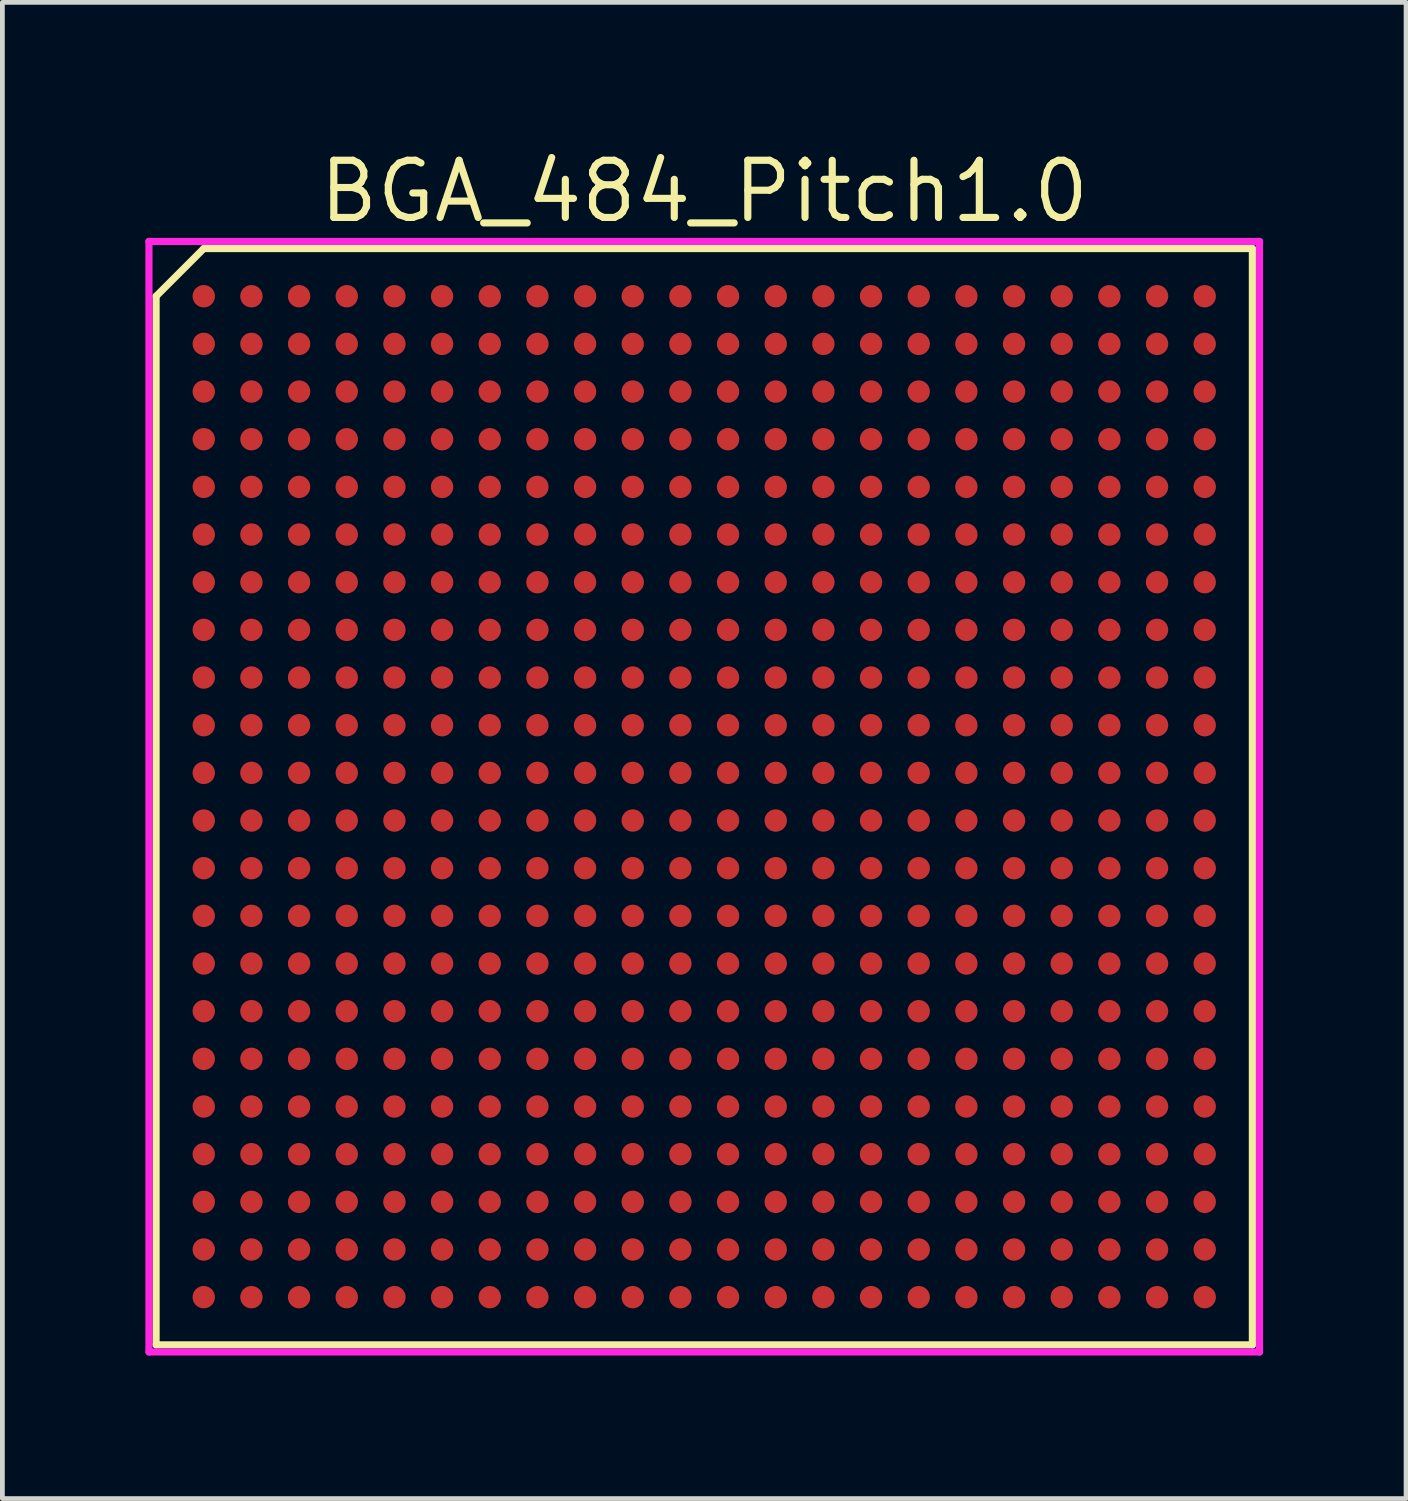
<source format=kicad_pcb>
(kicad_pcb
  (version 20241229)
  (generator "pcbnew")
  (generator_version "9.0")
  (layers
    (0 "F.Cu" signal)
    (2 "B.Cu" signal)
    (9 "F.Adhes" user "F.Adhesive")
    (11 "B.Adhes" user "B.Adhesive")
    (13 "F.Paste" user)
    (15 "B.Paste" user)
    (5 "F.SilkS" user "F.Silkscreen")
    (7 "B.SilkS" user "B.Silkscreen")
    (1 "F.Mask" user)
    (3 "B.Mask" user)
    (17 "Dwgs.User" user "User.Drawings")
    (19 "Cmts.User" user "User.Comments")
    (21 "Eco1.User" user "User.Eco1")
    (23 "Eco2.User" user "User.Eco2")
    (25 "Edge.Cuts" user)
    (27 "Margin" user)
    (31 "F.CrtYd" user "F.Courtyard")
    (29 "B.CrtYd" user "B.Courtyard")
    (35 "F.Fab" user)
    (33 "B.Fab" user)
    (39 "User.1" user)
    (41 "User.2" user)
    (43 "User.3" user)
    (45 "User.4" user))
  (footprint "BGA_484_Pitch1.0"
    (layer "F.Cu")
    (at 11.725 13.665)
    (property "Reference" "BGA_484_Pitch1.0" (at 0 -12.7 0) (layer "F.SilkS") (effects (font (size 1.2 1.2) (thickness 0.15))))
    (attr through_hole)
    (fp_line (start -11.5 -10.5) (end -11.5 11.5) (stroke (width 0.15) (type solid)) (layer "F.SilkS"))
    (fp_line (start -11.5 11.5) (end 11.5 11.5) (stroke (width 0.15) (type solid)) (layer "F.SilkS"))
    (fp_line (start -10.5 -11.5) (end -11.5 -10.5) (stroke (width 0.15) (type solid)) (layer "F.SilkS"))
    (fp_line (start 11.5 -11.5) (end -10.5 -11.5) (stroke (width 0.15) (type solid)) (layer "F.SilkS"))
    (fp_line (start 11.5 11.5) (end 11.5 -11.5) (stroke (width 0.15) (type solid)) (layer "F.SilkS"))
    (fp_line (start -11.65 -11.65) (end 11.65 -11.65) (stroke (width 0.15) (type solid)) (layer "F.CrtYd"))
    (fp_line (start -11.65 11.65) (end -11.65 -11.65) (stroke (width 0.15) (type solid)) (layer "F.CrtYd"))
    (fp_line (start 11.65 -11.65) (end 11.65 11.65) (stroke (width 0.15) (type solid)) (layer "F.CrtYd"))
    (fp_line (start 11.65 11.65) (end -11.65 11.65) (stroke (width 0.15) (type solid)) (layer "F.CrtYd"))
    (pad "A1" smd circle (at -10.5 -10.5) (size 0.47 0.47) (layers "F.Cu" "F.Mask" "F.Paste"))
    (pad "A2" smd circle (at -9.5 -10.5) (size 0.47 0.47) (layers "F.Cu" "F.Mask" "F.Paste"))
    (pad "A3" smd circle (at -8.5 -10.5) (size 0.47 0.47) (layers "F.Cu" "F.Mask" "F.Paste"))
    (pad "A4" smd circle (at -7.5 -10.5) (size 0.47 0.47) (layers "F.Cu" "F.Mask" "F.Paste"))
    (pad "A5" smd circle (at -6.5 -10.5) (size 0.47 0.47) (layers "F.Cu" "F.Mask" "F.Paste"))
    (pad "A6" smd circle (at -5.5 -10.5) (size 0.47 0.47) (layers "F.Cu" "F.Mask" "F.Paste"))
    (pad "A7" smd circle (at -4.5 -10.5) (size 0.47 0.47) (layers "F.Cu" "F.Mask" "F.Paste"))
    (pad "A8" smd circle (at -3.5 -10.5) (size 0.47 0.47) (layers "F.Cu" "F.Mask" "F.Paste"))
    (pad "A9" smd circle (at -2.5 -10.5) (size 0.47 0.47) (layers "F.Cu" "F.Mask" "F.Paste"))
    (pad "A10" smd circle (at -1.5 -10.5) (size 0.47 0.47) (layers "F.Cu" "F.Mask" "F.Paste"))
    (pad "A11" smd circle (at -0.5 -10.5) (size 0.47 0.47) (layers "F.Cu" "F.Mask" "F.Paste"))
    (pad "A12" smd circle (at 0.5 -10.5) (size 0.47 0.47) (layers "F.Cu" "F.Mask" "F.Paste"))
    (pad "A13" smd circle (at 1.5 -10.5) (size 0.47 0.47) (layers "F.Cu" "F.Mask" "F.Paste"))
    (pad "A14" smd circle (at 2.5 -10.5) (size 0.47 0.47) (layers "F.Cu" "F.Mask" "F.Paste"))
    (pad "A15" smd circle (at 3.5 -10.5) (size 0.47 0.47) (layers "F.Cu" "F.Mask" "F.Paste"))
    (pad "A16" smd circle (at 4.5 -10.5) (size 0.47 0.47) (layers "F.Cu" "F.Mask" "F.Paste"))
    (pad "A17" smd circle (at 5.5 -10.5) (size 0.47 0.47) (layers "F.Cu" "F.Mask" "F.Paste"))
    (pad "A18" smd circle (at 6.5 -10.5) (size 0.47 0.47) (layers "F.Cu" "F.Mask" "F.Paste"))
    (pad "A19" smd circle (at 7.5 -10.5) (size 0.47 0.47) (layers "F.Cu" "F.Mask" "F.Paste"))
    (pad "A20" smd circle (at 8.5 -10.5) (size 0.47 0.47) (layers "F.Cu" "F.Mask" "F.Paste"))
    (pad "A21" smd circle (at 9.5 -10.5) (size 0.47 0.47) (layers "F.Cu" "F.Mask" "F.Paste"))
    (pad "A22" smd circle (at 10.5 -10.5) (size 0.47 0.47) (layers "F.Cu" "F.Mask" "F.Paste"))
    (pad "AA1" smd circle (at -10.5 9.5) (size 0.47 0.47) (layers "F.Cu" "F.Mask" "F.Paste"))
    (pad "AA2" smd circle (at -9.5 9.5) (size 0.47 0.47) (layers "F.Cu" "F.Mask" "F.Paste"))
    (pad "AA3" smd circle (at -8.5 9.5) (size 0.47 0.47) (layers "F.Cu" "F.Mask" "F.Paste"))
    (pad "AA4" smd circle (at -7.5 9.5) (size 0.47 0.47) (layers "F.Cu" "F.Mask" "F.Paste"))
    (pad "AA5" smd circle (at -6.5 9.5) (size 0.47 0.47) (layers "F.Cu" "F.Mask" "F.Paste"))
    (pad "AA6" smd circle (at -5.5 9.5) (size 0.47 0.47) (layers "F.Cu" "F.Mask" "F.Paste"))
    (pad "AA7" smd circle (at -4.5 9.5) (size 0.47 0.47) (layers "F.Cu" "F.Mask" "F.Paste"))
    (pad "AA8" smd circle (at -3.5 9.5) (size 0.47 0.47) (layers "F.Cu" "F.Mask" "F.Paste"))
    (pad "AA9" smd circle (at -2.5 9.5) (size 0.47 0.47) (layers "F.Cu" "F.Mask" "F.Paste"))
    (pad "AA10" smd circle (at -1.5 9.5) (size 0.47 0.47) (layers "F.Cu" "F.Mask" "F.Paste"))
    (pad "AA11" smd circle (at -0.5 9.5) (size 0.47 0.47) (layers "F.Cu" "F.Mask" "F.Paste"))
    (pad "AA12" smd circle (at 0.5 9.5) (size 0.47 0.47) (layers "F.Cu" "F.Mask" "F.Paste"))
    (pad "AA13" smd circle (at 1.5 9.5) (size 0.47 0.47) (layers "F.Cu" "F.Mask" "F.Paste"))
    (pad "AA14" smd circle (at 2.5 9.5) (size 0.47 0.47) (layers "F.Cu" "F.Mask" "F.Paste"))
    (pad "AA15" smd circle (at 3.5 9.5) (size 0.47 0.47) (layers "F.Cu" "F.Mask" "F.Paste"))
    (pad "AA16" smd circle (at 4.5 9.5) (size 0.47 0.47) (layers "F.Cu" "F.Mask" "F.Paste"))
    (pad "AA17" smd circle (at 5.5 9.5) (size 0.47 0.47) (layers "F.Cu" "F.Mask" "F.Paste"))
    (pad "AA18" smd circle (at 6.5 9.5) (size 0.47 0.47) (layers "F.Cu" "F.Mask" "F.Paste"))
    (pad "AA19" smd circle (at 7.5 9.5) (size 0.47 0.47) (layers "F.Cu" "F.Mask" "F.Paste"))
    (pad "AA20" smd circle (at 8.5 9.5) (size 0.47 0.47) (layers "F.Cu" "F.Mask" "F.Paste"))
    (pad "AA21" smd circle (at 9.5 9.5) (size 0.47 0.47) (layers "F.Cu" "F.Mask" "F.Paste"))
    (pad "AA22" smd circle (at 10.5 9.5) (size 0.47 0.47) (layers "F.Cu" "F.Mask" "F.Paste"))
    (pad "AB1" smd circle (at -10.5 10.5) (size 0.47 0.47) (layers "F.Cu" "F.Mask" "F.Paste"))
    (pad "AB2" smd circle (at -9.5 10.5) (size 0.47 0.47) (layers "F.Cu" "F.Mask" "F.Paste"))
    (pad "AB3" smd circle (at -8.5 10.5) (size 0.47 0.47) (layers "F.Cu" "F.Mask" "F.Paste"))
    (pad "AB4" smd circle (at -7.5 10.5) (size 0.47 0.47) (layers "F.Cu" "F.Mask" "F.Paste"))
    (pad "AB5" smd circle (at -6.5 10.5) (size 0.47 0.47) (layers "F.Cu" "F.Mask" "F.Paste"))
    (pad "AB6" smd circle (at -5.5 10.5) (size 0.47 0.47) (layers "F.Cu" "F.Mask" "F.Paste"))
    (pad "AB7" smd circle (at -4.5 10.5) (size 0.47 0.47) (layers "F.Cu" "F.Mask" "F.Paste"))
    (pad "AB8" smd circle (at -3.5 10.5) (size 0.47 0.47) (layers "F.Cu" "F.Mask" "F.Paste"))
    (pad "AB9" smd circle (at -2.5 10.5) (size 0.47 0.47) (layers "F.Cu" "F.Mask" "F.Paste"))
    (pad "AB10" smd circle (at -1.5 10.5) (size 0.47 0.47) (layers "F.Cu" "F.Mask" "F.Paste"))
    (pad "AB11" smd circle (at -0.5 10.5) (size 0.47 0.47) (layers "F.Cu" "F.Mask" "F.Paste"))
    (pad "AB12" smd circle (at 0.5 10.5) (size 0.47 0.47) (layers "F.Cu" "F.Mask" "F.Paste"))
    (pad "AB13" smd circle (at 1.5 10.5) (size 0.47 0.47) (layers "F.Cu" "F.Mask" "F.Paste"))
    (pad "AB14" smd circle (at 2.5 10.5) (size 0.47 0.47) (layers "F.Cu" "F.Mask" "F.Paste"))
    (pad "AB15" smd circle (at 3.5 10.5) (size 0.47 0.47) (layers "F.Cu" "F.Mask" "F.Paste"))
    (pad "AB16" smd circle (at 4.5 10.5) (size 0.47 0.47) (layers "F.Cu" "F.Mask" "F.Paste"))
    (pad "AB17" smd circle (at 5.5 10.5) (size 0.47 0.47) (layers "F.Cu" "F.Mask" "F.Paste"))
    (pad "AB18" smd circle (at 6.5 10.5) (size 0.47 0.47) (layers "F.Cu" "F.Mask" "F.Paste"))
    (pad "AB19" smd circle (at 7.5 10.5) (size 0.47 0.47) (layers "F.Cu" "F.Mask" "F.Paste"))
    (pad "AB20" smd circle (at 8.5 10.5) (size 0.47 0.47) (layers "F.Cu" "F.Mask" "F.Paste"))
    (pad "AB21" smd circle (at 9.5 10.5) (size 0.47 0.47) (layers "F.Cu" "F.Mask" "F.Paste"))
    (pad "AB22" smd circle (at 10.5 10.5) (size 0.47 0.47) (layers "F.Cu" "F.Mask" "F.Paste"))
    (pad "B1" smd circle (at -10.5 -9.5) (size 0.47 0.47) (layers "F.Cu" "F.Mask" "F.Paste"))
    (pad "B2" smd circle (at -9.5 -9.5) (size 0.47 0.47) (layers "F.Cu" "F.Mask" "F.Paste"))
    (pad "B3" smd circle (at -8.5 -9.5) (size 0.47 0.47) (layers "F.Cu" "F.Mask" "F.Paste"))
    (pad "B4" smd circle (at -7.5 -9.5) (size 0.47 0.47) (layers "F.Cu" "F.Mask" "F.Paste"))
    (pad "B5" smd circle (at -6.5 -9.5) (size 0.47 0.47) (layers "F.Cu" "F.Mask" "F.Paste"))
    (pad "B6" smd circle (at -5.5 -9.5) (size 0.47 0.47) (layers "F.Cu" "F.Mask" "F.Paste"))
    (pad "B7" smd circle (at -4.5 -9.5) (size 0.47 0.47) (layers "F.Cu" "F.Mask" "F.Paste"))
    (pad "B8" smd circle (at -3.5 -9.5) (size 0.47 0.47) (layers "F.Cu" "F.Mask" "F.Paste"))
    (pad "B9" smd circle (at -2.5 -9.5) (size 0.47 0.47) (layers "F.Cu" "F.Mask" "F.Paste"))
    (pad "B10" smd circle (at -1.5 -9.5) (size 0.47 0.47) (layers "F.Cu" "F.Mask" "F.Paste"))
    (pad "B11" smd circle (at -0.5 -9.5) (size 0.47 0.47) (layers "F.Cu" "F.Mask" "F.Paste"))
    (pad "B12" smd circle (at 0.5 -9.5) (size 0.47 0.47) (layers "F.Cu" "F.Mask" "F.Paste"))
    (pad "B13" smd circle (at 1.5 -9.5) (size 0.47 0.47) (layers "F.Cu" "F.Mask" "F.Paste"))
    (pad "B14" smd circle (at 2.5 -9.5) (size 0.47 0.47) (layers "F.Cu" "F.Mask" "F.Paste"))
    (pad "B15" smd circle (at 3.5 -9.5) (size 0.47 0.47) (layers "F.Cu" "F.Mask" "F.Paste"))
    (pad "B16" smd circle (at 4.5 -9.5) (size 0.47 0.47) (layers "F.Cu" "F.Mask" "F.Paste"))
    (pad "B17" smd circle (at 5.5 -9.5) (size 0.47 0.47) (layers "F.Cu" "F.Mask" "F.Paste"))
    (pad "B18" smd circle (at 6.5 -9.5) (size 0.47 0.47) (layers "F.Cu" "F.Mask" "F.Paste"))
    (pad "B19" smd circle (at 7.5 -9.5) (size 0.47 0.47) (layers "F.Cu" "F.Mask" "F.Paste"))
    (pad "B20" smd circle (at 8.5 -9.5) (size 0.47 0.47) (layers "F.Cu" "F.Mask" "F.Paste"))
    (pad "B21" smd circle (at 9.5 -9.5) (size 0.47 0.47) (layers "F.Cu" "F.Mask" "F.Paste"))
    (pad "B22" smd circle (at 10.5 -9.5) (size 0.47 0.47) (layers "F.Cu" "F.Mask" "F.Paste"))
    (pad "C1" smd circle (at -10.5 -8.5) (size 0.47 0.47) (layers "F.Cu" "F.Mask" "F.Paste"))
    (pad "C2" smd circle (at -9.5 -8.5) (size 0.47 0.47) (layers "F.Cu" "F.Mask" "F.Paste"))
    (pad "C3" smd circle (at -8.5 -8.5) (size 0.47 0.47) (layers "F.Cu" "F.Mask" "F.Paste"))
    (pad "C4" smd circle (at -7.5 -8.5) (size 0.47 0.47) (layers "F.Cu" "F.Mask" "F.Paste"))
    (pad "C5" smd circle (at -6.5 -8.5) (size 0.47 0.47) (layers "F.Cu" "F.Mask" "F.Paste"))
    (pad "C6" smd circle (at -5.5 -8.5) (size 0.47 0.47) (layers "F.Cu" "F.Mask" "F.Paste"))
    (pad "C7" smd circle (at -4.5 -8.5) (size 0.47 0.47) (layers "F.Cu" "F.Mask" "F.Paste"))
    (pad "C8" smd circle (at -3.5 -8.5) (size 0.47 0.47) (layers "F.Cu" "F.Mask" "F.Paste"))
    (pad "C9" smd circle (at -2.5 -8.5) (size 0.47 0.47) (layers "F.Cu" "F.Mask" "F.Paste"))
    (pad "C10" smd circle (at -1.5 -8.5) (size 0.47 0.47) (layers "F.Cu" "F.Mask" "F.Paste"))
    (pad "C11" smd circle (at -0.5 -8.5) (size 0.47 0.47) (layers "F.Cu" "F.Mask" "F.Paste"))
    (pad "C12" smd circle (at 0.5 -8.5) (size 0.47 0.47) (layers "F.Cu" "F.Mask" "F.Paste"))
    (pad "C13" smd circle (at 1.5 -8.5) (size 0.47 0.47) (layers "F.Cu" "F.Mask" "F.Paste"))
    (pad "C14" smd circle (at 2.5 -8.5) (size 0.47 0.47) (layers "F.Cu" "F.Mask" "F.Paste"))
    (pad "C15" smd circle (at 3.5 -8.5) (size 0.47 0.47) (layers "F.Cu" "F.Mask" "F.Paste"))
    (pad "C16" smd circle (at 4.5 -8.5) (size 0.47 0.47) (layers "F.Cu" "F.Mask" "F.Paste"))
    (pad "C17" smd circle (at 5.5 -8.5) (size 0.47 0.47) (layers "F.Cu" "F.Mask" "F.Paste"))
    (pad "C18" smd circle (at 6.5 -8.5) (size 0.47 0.47) (layers "F.Cu" "F.Mask" "F.Paste"))
    (pad "C19" smd circle (at 7.5 -8.5) (size 0.47 0.47) (layers "F.Cu" "F.Mask" "F.Paste"))
    (pad "C20" smd circle (at 8.5 -8.5) (size 0.47 0.47) (layers "F.Cu" "F.Mask" "F.Paste"))
    (pad "C21" smd circle (at 9.5 -8.5) (size 0.47 0.47) (layers "F.Cu" "F.Mask" "F.Paste"))
    (pad "C22" smd circle (at 10.5 -8.5) (size 0.47 0.47) (layers "F.Cu" "F.Mask" "F.Paste"))
    (pad "D1" smd circle (at -10.5 -7.5) (size 0.47 0.47) (layers "F.Cu" "F.Mask" "F.Paste"))
    (pad "D2" smd circle (at -9.5 -7.5) (size 0.47 0.47) (layers "F.Cu" "F.Mask" "F.Paste"))
    (pad "D3" smd circle (at -8.5 -7.5) (size 0.47 0.47) (layers "F.Cu" "F.Mask" "F.Paste"))
    (pad "D4" smd circle (at -7.5 -7.5) (size 0.47 0.47) (layers "F.Cu" "F.Mask" "F.Paste"))
    (pad "D5" smd circle (at -6.5 -7.5) (size 0.47 0.47) (layers "F.Cu" "F.Mask" "F.Paste"))
    (pad "D6" smd circle (at -5.5 -7.5) (size 0.47 0.47) (layers "F.Cu" "F.Mask" "F.Paste"))
    (pad "D7" smd circle (at -4.5 -7.5) (size 0.47 0.47) (layers "F.Cu" "F.Mask" "F.Paste"))
    (pad "D8" smd circle (at -3.5 -7.5) (size 0.47 0.47) (layers "F.Cu" "F.Mask" "F.Paste"))
    (pad "D9" smd circle (at -2.5 -7.5) (size 0.47 0.47) (layers "F.Cu" "F.Mask" "F.Paste"))
    (pad "D10" smd circle (at -1.5 -7.5) (size 0.47 0.47) (layers "F.Cu" "F.Mask" "F.Paste"))
    (pad "D11" smd circle (at -0.5 -7.5) (size 0.47 0.47) (layers "F.Cu" "F.Mask" "F.Paste"))
    (pad "D12" smd circle (at 0.5 -7.5) (size 0.47 0.47) (layers "F.Cu" "F.Mask" "F.Paste"))
    (pad "D13" smd circle (at 1.5 -7.5) (size 0.47 0.47) (layers "F.Cu" "F.Mask" "F.Paste"))
    (pad "D14" smd circle (at 2.5 -7.5) (size 0.47 0.47) (layers "F.Cu" "F.Mask" "F.Paste"))
    (pad "D15" smd circle (at 3.5 -7.5) (size 0.47 0.47) (layers "F.Cu" "F.Mask" "F.Paste"))
    (pad "D16" smd circle (at 4.5 -7.5) (size 0.47 0.47) (layers "F.Cu" "F.Mask" "F.Paste"))
    (pad "D17" smd circle (at 5.5 -7.5) (size 0.47 0.47) (layers "F.Cu" "F.Mask" "F.Paste"))
    (pad "D18" smd circle (at 6.5 -7.5) (size 0.47 0.47) (layers "F.Cu" "F.Mask" "F.Paste"))
    (pad "D19" smd circle (at 7.5 -7.5) (size 0.47 0.47) (layers "F.Cu" "F.Mask" "F.Paste"))
    (pad "D20" smd circle (at 8.5 -7.5) (size 0.47 0.47) (layers "F.Cu" "F.Mask" "F.Paste"))
    (pad "D21" smd circle (at 9.5 -7.5) (size 0.47 0.47) (layers "F.Cu" "F.Mask" "F.Paste"))
    (pad "D22" smd circle (at 10.5 -7.5) (size 0.47 0.47) (layers "F.Cu" "F.Mask" "F.Paste"))
    (pad "E1" smd circle (at -10.5 -6.5) (size 0.47 0.47) (layers "F.Cu" "F.Mask" "F.Paste"))
    (pad "E2" smd circle (at -9.5 -6.5) (size 0.47 0.47) (layers "F.Cu" "F.Mask" "F.Paste"))
    (pad "E3" smd circle (at -8.5 -6.5) (size 0.47 0.47) (layers "F.Cu" "F.Mask" "F.Paste"))
    (pad "E4" smd circle (at -7.5 -6.5) (size 0.47 0.47) (layers "F.Cu" "F.Mask" "F.Paste"))
    (pad "E5" smd circle (at -6.5 -6.5) (size 0.47 0.47) (layers "F.Cu" "F.Mask" "F.Paste"))
    (pad "E6" smd circle (at -5.5 -6.5) (size 0.47 0.47) (layers "F.Cu" "F.Mask" "F.Paste"))
    (pad "E7" smd circle (at -4.5 -6.5) (size 0.47 0.47) (layers "F.Cu" "F.Mask" "F.Paste"))
    (pad "E8" smd circle (at -3.5 -6.5) (size 0.47 0.47) (layers "F.Cu" "F.Mask" "F.Paste"))
    (pad "E9" smd circle (at -2.5 -6.5) (size 0.47 0.47) (layers "F.Cu" "F.Mask" "F.Paste"))
    (pad "E10" smd circle (at -1.5 -6.5) (size 0.47 0.47) (layers "F.Cu" "F.Mask" "F.Paste"))
    (pad "E11" smd circle (at -0.5 -6.5) (size 0.47 0.47) (layers "F.Cu" "F.Mask" "F.Paste"))
    (pad "E12" smd circle (at 0.5 -6.5) (size 0.47 0.47) (layers "F.Cu" "F.Mask" "F.Paste"))
    (pad "E13" smd circle (at 1.5 -6.5) (size 0.47 0.47) (layers "F.Cu" "F.Mask" "F.Paste"))
    (pad "E14" smd circle (at 2.5 -6.5) (size 0.47 0.47) (layers "F.Cu" "F.Mask" "F.Paste"))
    (pad "E15" smd circle (at 3.5 -6.5) (size 0.47 0.47) (layers "F.Cu" "F.Mask" "F.Paste"))
    (pad "E16" smd circle (at 4.5 -6.5) (size 0.47 0.47) (layers "F.Cu" "F.Mask" "F.Paste"))
    (pad "E17" smd circle (at 5.5 -6.5) (size 0.47 0.47) (layers "F.Cu" "F.Mask" "F.Paste"))
    (pad "E18" smd circle (at 6.5 -6.5) (size 0.47 0.47) (layers "F.Cu" "F.Mask" "F.Paste"))
    (pad "E19" smd circle (at 7.5 -6.5) (size 0.47 0.47) (layers "F.Cu" "F.Mask" "F.Paste"))
    (pad "E20" smd circle (at 8.5 -6.5) (size 0.47 0.47) (layers "F.Cu" "F.Mask" "F.Paste"))
    (pad "E21" smd circle (at 9.5 -6.5) (size 0.47 0.47) (layers "F.Cu" "F.Mask" "F.Paste"))
    (pad "E22" smd circle (at 10.5 -6.5) (size 0.47 0.47) (layers "F.Cu" "F.Mask" "F.Paste"))
    (pad "F1" smd circle (at -10.5 -5.5) (size 0.47 0.47) (layers "F.Cu" "F.Mask" "F.Paste"))
    (pad "F2" smd circle (at -9.5 -5.5) (size 0.47 0.47) (layers "F.Cu" "F.Mask" "F.Paste"))
    (pad "F3" smd circle (at -8.5 -5.5) (size 0.47 0.47) (layers "F.Cu" "F.Mask" "F.Paste"))
    (pad "F4" smd circle (at -7.5 -5.5) (size 0.47 0.47) (layers "F.Cu" "F.Mask" "F.Paste"))
    (pad "F5" smd circle (at -6.5 -5.5) (size 0.47 0.47) (layers "F.Cu" "F.Mask" "F.Paste"))
    (pad "F6" smd circle (at -5.5 -5.5) (size 0.47 0.47) (layers "F.Cu" "F.Mask" "F.Paste"))
    (pad "F7" smd circle (at -4.5 -5.5) (size 0.47 0.47) (layers "F.Cu" "F.Mask" "F.Paste"))
    (pad "F8" smd circle (at -3.5 -5.5) (size 0.47 0.47) (layers "F.Cu" "F.Mask" "F.Paste"))
    (pad "F9" smd circle (at -2.5 -5.5) (size 0.47 0.47) (layers "F.Cu" "F.Mask" "F.Paste"))
    (pad "F10" smd circle (at -1.5 -5.5) (size 0.47 0.47) (layers "F.Cu" "F.Mask" "F.Paste"))
    (pad "F11" smd circle (at -0.5 -5.5) (size 0.47 0.47) (layers "F.Cu" "F.Mask" "F.Paste"))
    (pad "F12" smd circle (at 0.5 -5.5) (size 0.47 0.47) (layers "F.Cu" "F.Mask" "F.Paste"))
    (pad "F13" smd circle (at 1.5 -5.5) (size 0.47 0.47) (layers "F.Cu" "F.Mask" "F.Paste"))
    (pad "F14" smd circle (at 2.5 -5.5) (size 0.47 0.47) (layers "F.Cu" "F.Mask" "F.Paste"))
    (pad "F15" smd circle (at 3.5 -5.5) (size 0.47 0.47) (layers "F.Cu" "F.Mask" "F.Paste"))
    (pad "F16" smd circle (at 4.5 -5.5) (size 0.47 0.47) (layers "F.Cu" "F.Mask" "F.Paste"))
    (pad "F17" smd circle (at 5.5 -5.5) (size 0.47 0.47) (layers "F.Cu" "F.Mask" "F.Paste"))
    (pad "F18" smd circle (at 6.5 -5.5) (size 0.47 0.47) (layers "F.Cu" "F.Mask" "F.Paste"))
    (pad "F19" smd circle (at 7.5 -5.5) (size 0.47 0.47) (layers "F.Cu" "F.Mask" "F.Paste"))
    (pad "F20" smd circle (at 8.5 -5.5) (size 0.47 0.47) (layers "F.Cu" "F.Mask" "F.Paste"))
    (pad "F21" smd circle (at 9.5 -5.5) (size 0.47 0.47) (layers "F.Cu" "F.Mask" "F.Paste"))
    (pad "F22" smd circle (at 10.5 -5.5) (size 0.47 0.47) (layers "F.Cu" "F.Mask" "F.Paste"))
    (pad "G1" smd circle (at -10.5 -4.5) (size 0.47 0.47) (layers "F.Cu" "F.Mask" "F.Paste"))
    (pad "G2" smd circle (at -9.5 -4.5) (size 0.47 0.47) (layers "F.Cu" "F.Mask" "F.Paste"))
    (pad "G3" smd circle (at -8.5 -4.5) (size 0.47 0.47) (layers "F.Cu" "F.Mask" "F.Paste"))
    (pad "G4" smd circle (at -7.5 -4.5) (size 0.47 0.47) (layers "F.Cu" "F.Mask" "F.Paste"))
    (pad "G5" smd circle (at -6.5 -4.5) (size 0.47 0.47) (layers "F.Cu" "F.Mask" "F.Paste"))
    (pad "G6" smd circle (at -5.5 -4.5) (size 0.47 0.47) (layers "F.Cu" "F.Mask" "F.Paste"))
    (pad "G7" smd circle (at -4.5 -4.5) (size 0.47 0.47) (layers "F.Cu" "F.Mask" "F.Paste"))
    (pad "G8" smd circle (at -3.5 -4.5) (size 0.47 0.47) (layers "F.Cu" "F.Mask" "F.Paste"))
    (pad "G9" smd circle (at -2.5 -4.5) (size 0.47 0.47) (layers "F.Cu" "F.Mask" "F.Paste"))
    (pad "G10" smd circle (at -1.5 -4.5) (size 0.47 0.47) (layers "F.Cu" "F.Mask" "F.Paste"))
    (pad "G11" smd circle (at -0.5 -4.5) (size 0.47 0.47) (layers "F.Cu" "F.Mask" "F.Paste"))
    (pad "G12" smd circle (at 0.5 -4.5) (size 0.47 0.47) (layers "F.Cu" "F.Mask" "F.Paste"))
    (pad "G13" smd circle (at 1.5 -4.5) (size 0.47 0.47) (layers "F.Cu" "F.Mask" "F.Paste"))
    (pad "G14" smd circle (at 2.5 -4.5) (size 0.47 0.47) (layers "F.Cu" "F.Mask" "F.Paste"))
    (pad "G15" smd circle (at 3.5 -4.5) (size 0.47 0.47) (layers "F.Cu" "F.Mask" "F.Paste"))
    (pad "G16" smd circle (at 4.5 -4.5) (size 0.47 0.47) (layers "F.Cu" "F.Mask" "F.Paste"))
    (pad "G17" smd circle (at 5.5 -4.5) (size 0.47 0.47) (layers "F.Cu" "F.Mask" "F.Paste"))
    (pad "G18" smd circle (at 6.5 -4.5) (size 0.47 0.47) (layers "F.Cu" "F.Mask" "F.Paste"))
    (pad "G19" smd circle (at 7.5 -4.5) (size 0.47 0.47) (layers "F.Cu" "F.Mask" "F.Paste"))
    (pad "G20" smd circle (at 8.5 -4.5) (size 0.47 0.47) (layers "F.Cu" "F.Mask" "F.Paste"))
    (pad "G21" smd circle (at 9.5 -4.5) (size 0.47 0.47) (layers "F.Cu" "F.Mask" "F.Paste"))
    (pad "G22" smd circle (at 10.5 -4.5) (size 0.47 0.47) (layers "F.Cu" "F.Mask" "F.Paste"))
    (pad "H1" smd circle (at -10.5 -3.5) (size 0.47 0.47) (layers "F.Cu" "F.Mask" "F.Paste"))
    (pad "H2" smd circle (at -9.5 -3.5) (size 0.47 0.47) (layers "F.Cu" "F.Mask" "F.Paste"))
    (pad "H3" smd circle (at -8.5 -3.5) (size 0.47 0.47) (layers "F.Cu" "F.Mask" "F.Paste"))
    (pad "H4" smd circle (at -7.5 -3.5) (size 0.47 0.47) (layers "F.Cu" "F.Mask" "F.Paste"))
    (pad "H5" smd circle (at -6.5 -3.5) (size 0.47 0.47) (layers "F.Cu" "F.Mask" "F.Paste"))
    (pad "H6" smd circle (at -5.5 -3.5) (size 0.47 0.47) (layers "F.Cu" "F.Mask" "F.Paste"))
    (pad "H7" smd circle (at -4.5 -3.5) (size 0.47 0.47) (layers "F.Cu" "F.Mask" "F.Paste"))
    (pad "H8" smd circle (at -3.5 -3.5) (size 0.47 0.47) (layers "F.Cu" "F.Mask" "F.Paste"))
    (pad "H9" smd circle (at -2.5 -3.5) (size 0.47 0.47) (layers "F.Cu" "F.Mask" "F.Paste"))
    (pad "H10" smd circle (at -1.5 -3.5) (size 0.47 0.47) (layers "F.Cu" "F.Mask" "F.Paste"))
    (pad "H11" smd circle (at -0.5 -3.5) (size 0.47 0.47) (layers "F.Cu" "F.Mask" "F.Paste"))
    (pad "H12" smd circle (at 0.5 -3.5) (size 0.47 0.47) (layers "F.Cu" "F.Mask" "F.Paste"))
    (pad "H13" smd circle (at 1.5 -3.5) (size 0.47 0.47) (layers "F.Cu" "F.Mask" "F.Paste"))
    (pad "H14" smd circle (at 2.5 -3.5) (size 0.47 0.47) (layers "F.Cu" "F.Mask" "F.Paste"))
    (pad "H15" smd circle (at 3.5 -3.5) (size 0.47 0.47) (layers "F.Cu" "F.Mask" "F.Paste"))
    (pad "H16" smd circle (at 4.5 -3.5) (size 0.47 0.47) (layers "F.Cu" "F.Mask" "F.Paste"))
    (pad "H17" smd circle (at 5.5 -3.5) (size 0.47 0.47) (layers "F.Cu" "F.Mask" "F.Paste"))
    (pad "H18" smd circle (at 6.5 -3.5) (size 0.47 0.47) (layers "F.Cu" "F.Mask" "F.Paste"))
    (pad "H19" smd circle (at 7.5 -3.5) (size 0.47 0.47) (layers "F.Cu" "F.Mask" "F.Paste"))
    (pad "H20" smd circle (at 8.5 -3.5) (size 0.47 0.47) (layers "F.Cu" "F.Mask" "F.Paste"))
    (pad "H21" smd circle (at 9.5 -3.5) (size 0.47 0.47) (layers "F.Cu" "F.Mask" "F.Paste"))
    (pad "H22" smd circle (at 10.5 -3.5) (size 0.47 0.47) (layers "F.Cu" "F.Mask" "F.Paste"))
    (pad "J1" smd circle (at -10.5 -2.5) (size 0.47 0.47) (layers "F.Cu" "F.Mask" "F.Paste"))
    (pad "J2" smd circle (at -9.5 -2.5) (size 0.47 0.47) (layers "F.Cu" "F.Mask" "F.Paste"))
    (pad "J3" smd circle (at -8.5 -2.5) (size 0.47 0.47) (layers "F.Cu" "F.Mask" "F.Paste"))
    (pad "J4" smd circle (at -7.5 -2.5) (size 0.47 0.47) (layers "F.Cu" "F.Mask" "F.Paste"))
    (pad "J5" smd circle (at -6.5 -2.5) (size 0.47 0.47) (layers "F.Cu" "F.Mask" "F.Paste"))
    (pad "J6" smd circle (at -5.5 -2.5) (size 0.47 0.47) (layers "F.Cu" "F.Mask" "F.Paste"))
    (pad "J7" smd circle (at -4.5 -2.5) (size 0.47 0.47) (layers "F.Cu" "F.Mask" "F.Paste"))
    (pad "J8" smd circle (at -3.5 -2.5) (size 0.47 0.47) (layers "F.Cu" "F.Mask" "F.Paste"))
    (pad "J9" smd circle (at -2.5 -2.5) (size 0.47 0.47) (layers "F.Cu" "F.Mask" "F.Paste"))
    (pad "J10" smd circle (at -1.5 -2.5) (size 0.47 0.47) (layers "F.Cu" "F.Mask" "F.Paste"))
    (pad "J11" smd circle (at -0.5 -2.5) (size 0.47 0.47) (layers "F.Cu" "F.Mask" "F.Paste"))
    (pad "J12" smd circle (at 0.5 -2.5) (size 0.47 0.47) (layers "F.Cu" "F.Mask" "F.Paste"))
    (pad "J13" smd circle (at 1.5 -2.5) (size 0.47 0.47) (layers "F.Cu" "F.Mask" "F.Paste"))
    (pad "J14" smd circle (at 2.5 -2.5) (size 0.47 0.47) (layers "F.Cu" "F.Mask" "F.Paste"))
    (pad "J15" smd circle (at 3.5 -2.5) (size 0.47 0.47) (layers "F.Cu" "F.Mask" "F.Paste"))
    (pad "J16" smd circle (at 4.5 -2.5) (size 0.47 0.47) (layers "F.Cu" "F.Mask" "F.Paste"))
    (pad "J17" smd circle (at 5.5 -2.5) (size 0.47 0.47) (layers "F.Cu" "F.Mask" "F.Paste"))
    (pad "J18" smd circle (at 6.5 -2.5) (size 0.47 0.47) (layers "F.Cu" "F.Mask" "F.Paste"))
    (pad "J19" smd circle (at 7.5 -2.5) (size 0.47 0.47) (layers "F.Cu" "F.Mask" "F.Paste"))
    (pad "J20" smd circle (at 8.5 -2.5) (size 0.47 0.47) (layers "F.Cu" "F.Mask" "F.Paste"))
    (pad "J21" smd circle (at 9.5 -2.5) (size 0.47 0.47) (layers "F.Cu" "F.Mask" "F.Paste"))
    (pad "J22" smd circle (at 10.5 -2.5) (size 0.47 0.47) (layers "F.Cu" "F.Mask" "F.Paste"))
    (pad "K1" smd circle (at -10.5 -1.5) (size 0.47 0.47) (layers "F.Cu" "F.Mask" "F.Paste"))
    (pad "K2" smd circle (at -9.5 -1.5) (size 0.47 0.47) (layers "F.Cu" "F.Mask" "F.Paste"))
    (pad "K3" smd circle (at -8.5 -1.5) (size 0.47 0.47) (layers "F.Cu" "F.Mask" "F.Paste"))
    (pad "K4" smd circle (at -7.5 -1.5) (size 0.47 0.47) (layers "F.Cu" "F.Mask" "F.Paste"))
    (pad "K5" smd circle (at -6.5 -1.5) (size 0.47 0.47) (layers "F.Cu" "F.Mask" "F.Paste"))
    (pad "K6" smd circle (at -5.5 -1.5) (size 0.47 0.47) (layers "F.Cu" "F.Mask" "F.Paste"))
    (pad "K7" smd circle (at -4.5 -1.5) (size 0.47 0.47) (layers "F.Cu" "F.Mask" "F.Paste"))
    (pad "K8" smd circle (at -3.5 -1.5) (size 0.47 0.47) (layers "F.Cu" "F.Mask" "F.Paste"))
    (pad "K9" smd circle (at -2.5 -1.5) (size 0.47 0.47) (layers "F.Cu" "F.Mask" "F.Paste"))
    (pad "K10" smd circle (at -1.5 -1.5) (size 0.47 0.47) (layers "F.Cu" "F.Mask" "F.Paste"))
    (pad "K11" smd circle (at -0.5 -1.5) (size 0.47 0.47) (layers "F.Cu" "F.Mask" "F.Paste"))
    (pad "K12" smd circle (at 0.5 -1.5) (size 0.47 0.47) (layers "F.Cu" "F.Mask" "F.Paste"))
    (pad "K13" smd circle (at 1.5 -1.5) (size 0.47 0.47) (layers "F.Cu" "F.Mask" "F.Paste"))
    (pad "K14" smd circle (at 2.5 -1.5) (size 0.47 0.47) (layers "F.Cu" "F.Mask" "F.Paste"))
    (pad "K15" smd circle (at 3.5 -1.5) (size 0.47 0.47) (layers "F.Cu" "F.Mask" "F.Paste"))
    (pad "K16" smd circle (at 4.5 -1.5) (size 0.47 0.47) (layers "F.Cu" "F.Mask" "F.Paste"))
    (pad "K17" smd circle (at 5.5 -1.5) (size 0.47 0.47) (layers "F.Cu" "F.Mask" "F.Paste"))
    (pad "K18" smd circle (at 6.5 -1.5) (size 0.47 0.47) (layers "F.Cu" "F.Mask" "F.Paste"))
    (pad "K19" smd circle (at 7.5 -1.5) (size 0.47 0.47) (layers "F.Cu" "F.Mask" "F.Paste"))
    (pad "K20" smd circle (at 8.5 -1.5) (size 0.47 0.47) (layers "F.Cu" "F.Mask" "F.Paste"))
    (pad "K21" smd circle (at 9.5 -1.5) (size 0.47 0.47) (layers "F.Cu" "F.Mask" "F.Paste"))
    (pad "K22" smd circle (at 10.5 -1.5) (size 0.47 0.47) (layers "F.Cu" "F.Mask" "F.Paste"))
    (pad "L1" smd circle (at -10.5 -0.5) (size 0.47 0.47) (layers "F.Cu" "F.Mask" "F.Paste"))
    (pad "L2" smd circle (at -9.5 -0.5) (size 0.47 0.47) (layers "F.Cu" "F.Mask" "F.Paste"))
    (pad "L3" smd circle (at -8.5 -0.5) (size 0.47 0.47) (layers "F.Cu" "F.Mask" "F.Paste"))
    (pad "L4" smd circle (at -7.5 -0.5) (size 0.47 0.47) (layers "F.Cu" "F.Mask" "F.Paste"))
    (pad "L5" smd circle (at -6.5 -0.5) (size 0.47 0.47) (layers "F.Cu" "F.Mask" "F.Paste"))
    (pad "L6" smd circle (at -5.5 -0.5) (size 0.47 0.47) (layers "F.Cu" "F.Mask" "F.Paste"))
    (pad "L7" smd circle (at -4.5 -0.5) (size 0.47 0.47) (layers "F.Cu" "F.Mask" "F.Paste"))
    (pad "L8" smd circle (at -3.5 -0.5) (size 0.47 0.47) (layers "F.Cu" "F.Mask" "F.Paste"))
    (pad "L9" smd circle (at -2.5 -0.5) (size 0.47 0.47) (layers "F.Cu" "F.Mask" "F.Paste"))
    (pad "L10" smd circle (at -1.5 -0.5) (size 0.47 0.47) (layers "F.Cu" "F.Mask" "F.Paste"))
    (pad "L11" smd circle (at -0.5 -0.5) (size 0.47 0.47) (layers "F.Cu" "F.Mask" "F.Paste"))
    (pad "L12" smd circle (at 0.5 -0.5) (size 0.47 0.47) (layers "F.Cu" "F.Mask" "F.Paste"))
    (pad "L13" smd circle (at 1.5 -0.5) (size 0.47 0.47) (layers "F.Cu" "F.Mask" "F.Paste"))
    (pad "L14" smd circle (at 2.5 -0.5) (size 0.47 0.47) (layers "F.Cu" "F.Mask" "F.Paste"))
    (pad "L15" smd circle (at 3.5 -0.5) (size 0.47 0.47) (layers "F.Cu" "F.Mask" "F.Paste"))
    (pad "L16" smd circle (at 4.5 -0.5) (size 0.47 0.47) (layers "F.Cu" "F.Mask" "F.Paste"))
    (pad "L17" smd circle (at 5.5 -0.5) (size 0.47 0.47) (layers "F.Cu" "F.Mask" "F.Paste"))
    (pad "L18" smd circle (at 6.5 -0.5) (size 0.47 0.47) (layers "F.Cu" "F.Mask" "F.Paste"))
    (pad "L19" smd circle (at 7.5 -0.5) (size 0.47 0.47) (layers "F.Cu" "F.Mask" "F.Paste"))
    (pad "L20" smd circle (at 8.5 -0.5) (size 0.47 0.47) (layers "F.Cu" "F.Mask" "F.Paste"))
    (pad "L21" smd circle (at 9.5 -0.5) (size 0.47 0.47) (layers "F.Cu" "F.Mask" "F.Paste"))
    (pad "L22" smd circle (at 10.5 -0.5) (size 0.47 0.47) (layers "F.Cu" "F.Mask" "F.Paste"))
    (pad "M1" smd circle (at -10.5 0.5) (size 0.47 0.47) (layers "F.Cu" "F.Mask" "F.Paste"))
    (pad "M2" smd circle (at -9.5 0.5) (size 0.47 0.47) (layers "F.Cu" "F.Mask" "F.Paste"))
    (pad "M3" smd circle (at -8.5 0.5) (size 0.47 0.47) (layers "F.Cu" "F.Mask" "F.Paste"))
    (pad "M4" smd circle (at -7.5 0.5) (size 0.47 0.47) (layers "F.Cu" "F.Mask" "F.Paste"))
    (pad "M5" smd circle (at -6.5 0.5) (size 0.47 0.47) (layers "F.Cu" "F.Mask" "F.Paste"))
    (pad "M6" smd circle (at -5.5 0.5) (size 0.47 0.47) (layers "F.Cu" "F.Mask" "F.Paste"))
    (pad "M7" smd circle (at -4.5 0.5) (size 0.47 0.47) (layers "F.Cu" "F.Mask" "F.Paste"))
    (pad "M8" smd circle (at -3.5 0.5) (size 0.47 0.47) (layers "F.Cu" "F.Mask" "F.Paste"))
    (pad "M9" smd circle (at -2.5 0.5) (size 0.47 0.47) (layers "F.Cu" "F.Mask" "F.Paste"))
    (pad "M10" smd circle (at -1.5 0.5) (size 0.47 0.47) (layers "F.Cu" "F.Mask" "F.Paste"))
    (pad "M11" smd circle (at -0.5 0.5) (size 0.47 0.47) (layers "F.Cu" "F.Mask" "F.Paste"))
    (pad "M12" smd circle (at 0.5 0.5) (size 0.47 0.47) (layers "F.Cu" "F.Mask" "F.Paste"))
    (pad "M13" smd circle (at 1.5 0.5) (size 0.47 0.47) (layers "F.Cu" "F.Mask" "F.Paste"))
    (pad "M14" smd circle (at 2.5 0.5) (size 0.47 0.47) (layers "F.Cu" "F.Mask" "F.Paste"))
    (pad "M15" smd circle (at 3.5 0.5) (size 0.47 0.47) (layers "F.Cu" "F.Mask" "F.Paste"))
    (pad "M16" smd circle (at 4.5 0.5) (size 0.47 0.47) (layers "F.Cu" "F.Mask" "F.Paste"))
    (pad "M17" smd circle (at 5.5 0.5) (size 0.47 0.47) (layers "F.Cu" "F.Mask" "F.Paste"))
    (pad "M18" smd circle (at 6.5 0.5) (size 0.47 0.47) (layers "F.Cu" "F.Mask" "F.Paste"))
    (pad "M19" smd circle (at 7.5 0.5) (size 0.47 0.47) (layers "F.Cu" "F.Mask" "F.Paste"))
    (pad "M20" smd circle (at 8.5 0.5) (size 0.47 0.47) (layers "F.Cu" "F.Mask" "F.Paste"))
    (pad "M21" smd circle (at 9.5 0.5) (size 0.47 0.47) (layers "F.Cu" "F.Mask" "F.Paste"))
    (pad "M22" smd circle (at 10.5 0.5) (size 0.47 0.47) (layers "F.Cu" "F.Mask" "F.Paste"))
    (pad "N1" smd circle (at -10.5 1.5) (size 0.47 0.47) (layers "F.Cu" "F.Mask" "F.Paste"))
    (pad "N2" smd circle (at -9.5 1.5) (size 0.47 0.47) (layers "F.Cu" "F.Mask" "F.Paste"))
    (pad "N3" smd circle (at -8.5 1.5) (size 0.47 0.47) (layers "F.Cu" "F.Mask" "F.Paste"))
    (pad "N4" smd circle (at -7.5 1.5) (size 0.47 0.47) (layers "F.Cu" "F.Mask" "F.Paste"))
    (pad "N5" smd circle (at -6.5 1.5) (size 0.47 0.47) (layers "F.Cu" "F.Mask" "F.Paste"))
    (pad "N6" smd circle (at -5.5 1.5) (size 0.47 0.47) (layers "F.Cu" "F.Mask" "F.Paste"))
    (pad "N7" smd circle (at -4.5 1.5) (size 0.47 0.47) (layers "F.Cu" "F.Mask" "F.Paste"))
    (pad "N8" smd circle (at -3.5 1.5) (size 0.47 0.47) (layers "F.Cu" "F.Mask" "F.Paste"))
    (pad "N9" smd circle (at -2.5 1.5) (size 0.47 0.47) (layers "F.Cu" "F.Mask" "F.Paste"))
    (pad "N10" smd circle (at -1.5 1.5) (size 0.47 0.47) (layers "F.Cu" "F.Mask" "F.Paste"))
    (pad "N11" smd circle (at -0.5 1.5) (size 0.47 0.47) (layers "F.Cu" "F.Mask" "F.Paste"))
    (pad "N12" smd circle (at 0.5 1.5) (size 0.47 0.47) (layers "F.Cu" "F.Mask" "F.Paste"))
    (pad "N13" smd circle (at 1.5 1.5) (size 0.47 0.47) (layers "F.Cu" "F.Mask" "F.Paste"))
    (pad "N14" smd circle (at 2.5 1.5) (size 0.47 0.47) (layers "F.Cu" "F.Mask" "F.Paste"))
    (pad "N15" smd circle (at 3.5 1.5) (size 0.47 0.47) (layers "F.Cu" "F.Mask" "F.Paste"))
    (pad "N16" smd circle (at 4.5 1.5) (size 0.47 0.47) (layers "F.Cu" "F.Mask" "F.Paste"))
    (pad "N17" smd circle (at 5.5 1.5) (size 0.47 0.47) (layers "F.Cu" "F.Mask" "F.Paste"))
    (pad "N18" smd circle (at 6.5 1.5) (size 0.47 0.47) (layers "F.Cu" "F.Mask" "F.Paste"))
    (pad "N19" smd circle (at 7.5 1.5) (size 0.47 0.47) (layers "F.Cu" "F.Mask" "F.Paste"))
    (pad "N20" smd circle (at 8.5 1.5) (size 0.47 0.47) (layers "F.Cu" "F.Mask" "F.Paste"))
    (pad "N21" smd circle (at 9.5 1.5) (size 0.47 0.47) (layers "F.Cu" "F.Mask" "F.Paste"))
    (pad "N22" smd circle (at 10.5 1.5) (size 0.47 0.47) (layers "F.Cu" "F.Mask" "F.Paste"))
    (pad "P1" smd circle (at -10.5 2.5) (size 0.47 0.47) (layers "F.Cu" "F.Mask" "F.Paste"))
    (pad "P2" smd circle (at -9.5 2.5) (size 0.47 0.47) (layers "F.Cu" "F.Mask" "F.Paste"))
    (pad "P3" smd circle (at -8.5 2.5) (size 0.47 0.47) (layers "F.Cu" "F.Mask" "F.Paste"))
    (pad "P4" smd circle (at -7.5 2.5) (size 0.47 0.47) (layers "F.Cu" "F.Mask" "F.Paste"))
    (pad "P5" smd circle (at -6.5 2.5) (size 0.47 0.47) (layers "F.Cu" "F.Mask" "F.Paste"))
    (pad "P6" smd circle (at -5.5 2.5) (size 0.47 0.47) (layers "F.Cu" "F.Mask" "F.Paste"))
    (pad "P7" smd circle (at -4.5 2.5) (size 0.47 0.47) (layers "F.Cu" "F.Mask" "F.Paste"))
    (pad "P8" smd circle (at -3.5 2.5) (size 0.47 0.47) (layers "F.Cu" "F.Mask" "F.Paste"))
    (pad "P9" smd circle (at -2.5 2.5) (size 0.47 0.47) (layers "F.Cu" "F.Mask" "F.Paste"))
    (pad "P10" smd circle (at -1.5 2.5) (size 0.47 0.47) (layers "F.Cu" "F.Mask" "F.Paste"))
    (pad "P11" smd circle (at -0.5 2.5) (size 0.47 0.47) (layers "F.Cu" "F.Mask" "F.Paste"))
    (pad "P12" smd circle (at 0.5 2.5) (size 0.47 0.47) (layers "F.Cu" "F.Mask" "F.Paste"))
    (pad "P13" smd circle (at 1.5 2.5) (size 0.47 0.47) (layers "F.Cu" "F.Mask" "F.Paste"))
    (pad "P14" smd circle (at 2.5 2.5) (size 0.47 0.47) (layers "F.Cu" "F.Mask" "F.Paste"))
    (pad "P15" smd circle (at 3.5 2.5) (size 0.47 0.47) (layers "F.Cu" "F.Mask" "F.Paste"))
    (pad "P16" smd circle (at 4.5 2.5) (size 0.47 0.47) (layers "F.Cu" "F.Mask" "F.Paste"))
    (pad "P17" smd circle (at 5.5 2.5) (size 0.47 0.47) (layers "F.Cu" "F.Mask" "F.Paste"))
    (pad "P18" smd circle (at 6.5 2.5) (size 0.47 0.47) (layers "F.Cu" "F.Mask" "F.Paste"))
    (pad "P19" smd circle (at 7.5 2.5) (size 0.47 0.47) (layers "F.Cu" "F.Mask" "F.Paste"))
    (pad "P20" smd circle (at 8.5 2.5) (size 0.47 0.47) (layers "F.Cu" "F.Mask" "F.Paste"))
    (pad "P21" smd circle (at 9.5 2.5) (size 0.47 0.47) (layers "F.Cu" "F.Mask" "F.Paste"))
    (pad "P22" smd circle (at 10.5 2.5) (size 0.47 0.47) (layers "F.Cu" "F.Mask" "F.Paste"))
    (pad "R1" smd circle (at -10.5 3.5) (size 0.47 0.47) (layers "F.Cu" "F.Mask" "F.Paste"))
    (pad "R2" smd circle (at -9.5 3.5) (size 0.47 0.47) (layers "F.Cu" "F.Mask" "F.Paste"))
    (pad "R3" smd circle (at -8.5 3.5) (size 0.47 0.47) (layers "F.Cu" "F.Mask" "F.Paste"))
    (pad "R4" smd circle (at -7.5 3.5) (size 0.47 0.47) (layers "F.Cu" "F.Mask" "F.Paste"))
    (pad "R5" smd circle (at -6.5 3.5) (size 0.47 0.47) (layers "F.Cu" "F.Mask" "F.Paste"))
    (pad "R6" smd circle (at -5.5 3.5) (size 0.47 0.47) (layers "F.Cu" "F.Mask" "F.Paste"))
    (pad "R7" smd circle (at -4.5 3.5) (size 0.47 0.47) (layers "F.Cu" "F.Mask" "F.Paste"))
    (pad "R8" smd circle (at -3.5 3.5) (size 0.47 0.47) (layers "F.Cu" "F.Mask" "F.Paste"))
    (pad "R9" smd circle (at -2.5 3.5) (size 0.47 0.47) (layers "F.Cu" "F.Mask" "F.Paste"))
    (pad "R10" smd circle (at -1.5 3.5) (size 0.47 0.47) (layers "F.Cu" "F.Mask" "F.Paste"))
    (pad "R11" smd circle (at -0.5 3.5) (size 0.47 0.47) (layers "F.Cu" "F.Mask" "F.Paste"))
    (pad "R12" smd circle (at 0.5 3.5) (size 0.47 0.47) (layers "F.Cu" "F.Mask" "F.Paste"))
    (pad "R13" smd circle (at 1.5 3.5) (size 0.47 0.47) (layers "F.Cu" "F.Mask" "F.Paste"))
    (pad "R14" smd circle (at 2.5 3.5) (size 0.47 0.47) (layers "F.Cu" "F.Mask" "F.Paste"))
    (pad "R15" smd circle (at 3.5 3.5) (size 0.47 0.47) (layers "F.Cu" "F.Mask" "F.Paste"))
    (pad "R16" smd circle (at 4.5 3.5) (size 0.47 0.47) (layers "F.Cu" "F.Mask" "F.Paste"))
    (pad "R17" smd circle (at 5.5 3.5) (size 0.47 0.47) (layers "F.Cu" "F.Mask" "F.Paste"))
    (pad "R18" smd circle (at 6.5 3.5) (size 0.47 0.47) (layers "F.Cu" "F.Mask" "F.Paste"))
    (pad "R19" smd circle (at 7.5 3.5) (size 0.47 0.47) (layers "F.Cu" "F.Mask" "F.Paste"))
    (pad "R20" smd circle (at 8.5 3.5) (size 0.47 0.47) (layers "F.Cu" "F.Mask" "F.Paste"))
    (pad "R21" smd circle (at 9.5 3.5) (size 0.47 0.47) (layers "F.Cu" "F.Mask" "F.Paste"))
    (pad "R22" smd circle (at 10.5 3.5) (size 0.47 0.47) (layers "F.Cu" "F.Mask" "F.Paste"))
    (pad "T1" smd circle (at -10.5 4.5) (size 0.47 0.47) (layers "F.Cu" "F.Mask" "F.Paste"))
    (pad "T2" smd circle (at -9.5 4.5) (size 0.47 0.47) (layers "F.Cu" "F.Mask" "F.Paste"))
    (pad "T3" smd circle (at -8.5 4.5) (size 0.47 0.47) (layers "F.Cu" "F.Mask" "F.Paste"))
    (pad "T4" smd circle (at -7.5 4.5) (size 0.47 0.47) (layers "F.Cu" "F.Mask" "F.Paste"))
    (pad "T5" smd circle (at -6.5 4.5) (size 0.47 0.47) (layers "F.Cu" "F.Mask" "F.Paste"))
    (pad "T6" smd circle (at -5.5 4.5) (size 0.47 0.47) (layers "F.Cu" "F.Mask" "F.Paste"))
    (pad "T7" smd circle (at -4.5 4.5) (size 0.47 0.47) (layers "F.Cu" "F.Mask" "F.Paste"))
    (pad "T8" smd circle (at -3.5 4.5) (size 0.47 0.47) (layers "F.Cu" "F.Mask" "F.Paste"))
    (pad "T9" smd circle (at -2.5 4.5) (size 0.47 0.47) (layers "F.Cu" "F.Mask" "F.Paste"))
    (pad "T10" smd circle (at -1.5 4.5) (size 0.47 0.47) (layers "F.Cu" "F.Mask" "F.Paste"))
    (pad "T11" smd circle (at -0.5 4.5) (size 0.47 0.47) (layers "F.Cu" "F.Mask" "F.Paste"))
    (pad "T12" smd circle (at 0.5 4.5) (size 0.47 0.47) (layers "F.Cu" "F.Mask" "F.Paste"))
    (pad "T13" smd circle (at 1.5 4.5) (size 0.47 0.47) (layers "F.Cu" "F.Mask" "F.Paste"))
    (pad "T14" smd circle (at 2.5 4.5) (size 0.47 0.47) (layers "F.Cu" "F.Mask" "F.Paste"))
    (pad "T15" smd circle (at 3.5 4.5) (size 0.47 0.47) (layers "F.Cu" "F.Mask" "F.Paste"))
    (pad "T16" smd circle (at 4.5 4.5) (size 0.47 0.47) (layers "F.Cu" "F.Mask" "F.Paste"))
    (pad "T17" smd circle (at 5.5 4.5) (size 0.47 0.47) (layers "F.Cu" "F.Mask" "F.Paste"))
    (pad "T18" smd circle (at 6.5 4.5) (size 0.47 0.47) (layers "F.Cu" "F.Mask" "F.Paste"))
    (pad "T19" smd circle (at 7.5 4.5) (size 0.47 0.47) (layers "F.Cu" "F.Mask" "F.Paste"))
    (pad "T20" smd circle (at 8.5 4.5) (size 0.47 0.47) (layers "F.Cu" "F.Mask" "F.Paste"))
    (pad "T21" smd circle (at 9.5 4.5) (size 0.47 0.47) (layers "F.Cu" "F.Mask" "F.Paste"))
    (pad "T22" smd circle (at 10.5 4.5) (size 0.47 0.47) (layers "F.Cu" "F.Mask" "F.Paste"))
    (pad "U1" smd circle (at -10.5 5.5) (size 0.47 0.47) (layers "F.Cu" "F.Mask" "F.Paste"))
    (pad "U2" smd circle (at -9.5 5.5) (size 0.47 0.47) (layers "F.Cu" "F.Mask" "F.Paste"))
    (pad "U3" smd circle (at -8.5 5.5) (size 0.47 0.47) (layers "F.Cu" "F.Mask" "F.Paste"))
    (pad "U4" smd circle (at -7.5 5.5) (size 0.47 0.47) (layers "F.Cu" "F.Mask" "F.Paste"))
    (pad "U5" smd circle (at -6.5 5.5) (size 0.47 0.47) (layers "F.Cu" "F.Mask" "F.Paste"))
    (pad "U6" smd circle (at -5.5 5.5) (size 0.47 0.47) (layers "F.Cu" "F.Mask" "F.Paste"))
    (pad "U7" smd circle (at -4.5 5.5) (size 0.47 0.47) (layers "F.Cu" "F.Mask" "F.Paste"))
    (pad "U8" smd circle (at -3.5 5.5) (size 0.47 0.47) (layers "F.Cu" "F.Mask" "F.Paste"))
    (pad "U9" smd circle (at -2.5 5.5) (size 0.47 0.47) (layers "F.Cu" "F.Mask" "F.Paste"))
    (pad "U10" smd circle (at -1.5 5.5) (size 0.47 0.47) (layers "F.Cu" "F.Mask" "F.Paste"))
    (pad "U11" smd circle (at -0.5 5.5) (size 0.47 0.47) (layers "F.Cu" "F.Mask" "F.Paste"))
    (pad "U12" smd circle (at 0.5 5.5) (size 0.47 0.47) (layers "F.Cu" "F.Mask" "F.Paste"))
    (pad "U13" smd circle (at 1.5 5.5) (size 0.47 0.47) (layers "F.Cu" "F.Mask" "F.Paste"))
    (pad "U14" smd circle (at 2.5 5.5) (size 0.47 0.47) (layers "F.Cu" "F.Mask" "F.Paste"))
    (pad "U15" smd circle (at 3.5 5.5) (size 0.47 0.47) (layers "F.Cu" "F.Mask" "F.Paste"))
    (pad "U16" smd circle (at 4.5 5.5) (size 0.47 0.47) (layers "F.Cu" "F.Mask" "F.Paste"))
    (pad "U17" smd circle (at 5.5 5.5) (size 0.47 0.47) (layers "F.Cu" "F.Mask" "F.Paste"))
    (pad "U18" smd circle (at 6.5 5.5) (size 0.47 0.47) (layers "F.Cu" "F.Mask" "F.Paste"))
    (pad "U19" smd circle (at 7.5 5.5) (size 0.47 0.47) (layers "F.Cu" "F.Mask" "F.Paste"))
    (pad "U20" smd circle (at 8.5 5.5) (size 0.47 0.47) (layers "F.Cu" "F.Mask" "F.Paste"))
    (pad "U21" smd circle (at 9.5 5.5) (size 0.47 0.47) (layers "F.Cu" "F.Mask" "F.Paste"))
    (pad "U22" smd circle (at 10.5 5.5) (size 0.47 0.47) (layers "F.Cu" "F.Mask" "F.Paste"))
    (pad "V1" smd circle (at -10.5 6.5) (size 0.47 0.47) (layers "F.Cu" "F.Mask" "F.Paste"))
    (pad "V2" smd circle (at -9.5 6.5) (size 0.47 0.47) (layers "F.Cu" "F.Mask" "F.Paste"))
    (pad "V3" smd circle (at -8.5 6.5) (size 0.47 0.47) (layers "F.Cu" "F.Mask" "F.Paste"))
    (pad "V4" smd circle (at -7.5 6.5) (size 0.47 0.47) (layers "F.Cu" "F.Mask" "F.Paste"))
    (pad "V5" smd circle (at -6.5 6.5) (size 0.47 0.47) (layers "F.Cu" "F.Mask" "F.Paste"))
    (pad "V6" smd circle (at -5.5 6.5) (size 0.47 0.47) (layers "F.Cu" "F.Mask" "F.Paste"))
    (pad "V7" smd circle (at -4.5 6.5) (size 0.47 0.47) (layers "F.Cu" "F.Mask" "F.Paste"))
    (pad "V8" smd circle (at -3.5 6.5) (size 0.47 0.47) (layers "F.Cu" "F.Mask" "F.Paste"))
    (pad "V9" smd circle (at -2.5 6.5) (size 0.47 0.47) (layers "F.Cu" "F.Mask" "F.Paste"))
    (pad "V10" smd circle (at -1.5 6.5) (size 0.47 0.47) (layers "F.Cu" "F.Mask" "F.Paste"))
    (pad "V11" smd circle (at -0.5 6.5) (size 0.47 0.47) (layers "F.Cu" "F.Mask" "F.Paste"))
    (pad "V12" smd circle (at 0.5 6.5) (size 0.47 0.47) (layers "F.Cu" "F.Mask" "F.Paste"))
    (pad "V13" smd circle (at 1.5 6.5) (size 0.47 0.47) (layers "F.Cu" "F.Mask" "F.Paste"))
    (pad "V14" smd circle (at 2.5 6.5) (size 0.47 0.47) (layers "F.Cu" "F.Mask" "F.Paste"))
    (pad "V15" smd circle (at 3.5 6.5) (size 0.47 0.47) (layers "F.Cu" "F.Mask" "F.Paste"))
    (pad "V16" smd circle (at 4.5 6.5) (size 0.47 0.47) (layers "F.Cu" "F.Mask" "F.Paste"))
    (pad "V17" smd circle (at 5.5 6.5) (size 0.47 0.47) (layers "F.Cu" "F.Mask" "F.Paste"))
    (pad "V18" smd circle (at 6.5 6.5) (size 0.47 0.47) (layers "F.Cu" "F.Mask" "F.Paste"))
    (pad "V19" smd circle (at 7.5 6.5) (size 0.47 0.47) (layers "F.Cu" "F.Mask" "F.Paste"))
    (pad "V20" smd circle (at 8.5 6.5) (size 0.47 0.47) (layers "F.Cu" "F.Mask" "F.Paste"))
    (pad "V21" smd circle (at 9.5 6.5) (size 0.47 0.47) (layers "F.Cu" "F.Mask" "F.Paste"))
    (pad "V22" smd circle (at 10.5 6.5) (size 0.47 0.47) (layers "F.Cu" "F.Mask" "F.Paste"))
    (pad "W1" smd circle (at -10.5 7.5) (size 0.47 0.47) (layers "F.Cu" "F.Mask" "F.Paste"))
    (pad "W2" smd circle (at -9.5 7.5) (size 0.47 0.47) (layers "F.Cu" "F.Mask" "F.Paste"))
    (pad "W3" smd circle (at -8.5 7.5) (size 0.47 0.47) (layers "F.Cu" "F.Mask" "F.Paste"))
    (pad "W4" smd circle (at -7.5 7.5) (size 0.47 0.47) (layers "F.Cu" "F.Mask" "F.Paste"))
    (pad "W5" smd circle (at -6.5 7.5) (size 0.47 0.47) (layers "F.Cu" "F.Mask" "F.Paste"))
    (pad "W6" smd circle (at -5.5 7.5) (size 0.47 0.47) (layers "F.Cu" "F.Mask" "F.Paste"))
    (pad "W7" smd circle (at -4.5 7.5) (size 0.47 0.47) (layers "F.Cu" "F.Mask" "F.Paste"))
    (pad "W8" smd circle (at -3.5 7.5) (size 0.47 0.47) (layers "F.Cu" "F.Mask" "F.Paste"))
    (pad "W9" smd circle (at -2.5 7.5) (size 0.47 0.47) (layers "F.Cu" "F.Mask" "F.Paste"))
    (pad "W10" smd circle (at -1.5 7.5) (size 0.47 0.47) (layers "F.Cu" "F.Mask" "F.Paste"))
    (pad "W11" smd circle (at -0.5 7.5) (size 0.47 0.47) (layers "F.Cu" "F.Mask" "F.Paste"))
    (pad "W12" smd circle (at 0.5 7.5) (size 0.47 0.47) (layers "F.Cu" "F.Mask" "F.Paste"))
    (pad "W13" smd circle (at 1.5 7.5) (size 0.47 0.47) (layers "F.Cu" "F.Mask" "F.Paste"))
    (pad "W14" smd circle (at 2.5 7.5) (size 0.47 0.47) (layers "F.Cu" "F.Mask" "F.Paste"))
    (pad "W15" smd circle (at 3.5 7.5) (size 0.47 0.47) (layers "F.Cu" "F.Mask" "F.Paste"))
    (pad "W16" smd circle (at 4.5 7.5) (size 0.47 0.47) (layers "F.Cu" "F.Mask" "F.Paste"))
    (pad "W17" smd circle (at 5.5 7.5) (size 0.47 0.47) (layers "F.Cu" "F.Mask" "F.Paste"))
    (pad "W18" smd circle (at 6.5 7.5) (size 0.47 0.47) (layers "F.Cu" "F.Mask" "F.Paste"))
    (pad "W19" smd circle (at 7.5 7.5) (size 0.47 0.47) (layers "F.Cu" "F.Mask" "F.Paste"))
    (pad "W20" smd circle (at 8.5 7.5) (size 0.47 0.47) (layers "F.Cu" "F.Mask" "F.Paste"))
    (pad "W21" smd circle (at 9.5 7.5) (size 0.47 0.47) (layers "F.Cu" "F.Mask" "F.Paste"))
    (pad "W22" smd circle (at 10.5 7.5) (size 0.47 0.47) (layers "F.Cu" "F.Mask" "F.Paste"))
    (pad "Y1" smd circle (at -10.5 8.5) (size 0.47 0.47) (layers "F.Cu" "F.Mask" "F.Paste"))
    (pad "Y2" smd circle (at -9.5 8.5) (size 0.47 0.47) (layers "F.Cu" "F.Mask" "F.Paste"))
    (pad "Y3" smd circle (at -8.5 8.5) (size 0.47 0.47) (layers "F.Cu" "F.Mask" "F.Paste"))
    (pad "Y4" smd circle (at -7.5 8.5) (size 0.47 0.47) (layers "F.Cu" "F.Mask" "F.Paste"))
    (pad "Y5" smd circle (at -6.5 8.5) (size 0.47 0.47) (layers "F.Cu" "F.Mask" "F.Paste"))
    (pad "Y6" smd circle (at -5.5 8.5) (size 0.47 0.47) (layers "F.Cu" "F.Mask" "F.Paste"))
    (pad "Y7" smd circle (at -4.5 8.5) (size 0.47 0.47) (layers "F.Cu" "F.Mask" "F.Paste"))
    (pad "Y8" smd circle (at -3.5 8.5) (size 0.47 0.47) (layers "F.Cu" "F.Mask" "F.Paste"))
    (pad "Y9" smd circle (at -2.5 8.5) (size 0.47 0.47) (layers "F.Cu" "F.Mask" "F.Paste"))
    (pad "Y10" smd circle (at -1.5 8.5) (size 0.47 0.47) (layers "F.Cu" "F.Mask" "F.Paste"))
    (pad "Y11" smd circle (at -0.5 8.5) (size 0.47 0.47) (layers "F.Cu" "F.Mask" "F.Paste"))
    (pad "Y12" smd circle (at 0.5 8.5) (size 0.47 0.47) (layers "F.Cu" "F.Mask" "F.Paste"))
    (pad "Y13" smd circle (at 1.5 8.5) (size 0.47 0.47) (layers "F.Cu" "F.Mask" "F.Paste"))
    (pad "Y14" smd circle (at 2.5 8.5) (size 0.47 0.47) (layers "F.Cu" "F.Mask" "F.Paste"))
    (pad "Y15" smd circle (at 3.5 8.5) (size 0.47 0.47) (layers "F.Cu" "F.Mask" "F.Paste"))
    (pad "Y16" smd circle (at 4.5 8.5) (size 0.47 0.47) (layers "F.Cu" "F.Mask" "F.Paste"))
    (pad "Y17" smd circle (at 5.5 8.5) (size 0.47 0.47) (layers "F.Cu" "F.Mask" "F.Paste"))
    (pad "Y18" smd circle (at 6.5 8.5) (size 0.47 0.47) (layers "F.Cu" "F.Mask" "F.Paste"))
    (pad "Y19" smd circle (at 7.5 8.5) (size 0.47 0.47) (layers "F.Cu" "F.Mask" "F.Paste"))
    (pad "Y20" smd circle (at 8.5 8.5) (size 0.47 0.47) (layers "F.Cu" "F.Mask" "F.Paste"))
    (pad "Y21" smd circle (at 9.5 8.5) (size 0.47 0.47) (layers "F.Cu" "F.Mask" "F.Paste"))
    (pad "Y22" smd circle (at 10.5 8.5) (size 0.47 0.47) (layers "F.Cu" "F.Mask" "F.Paste")))
  (gr_rect
    (start -3 -3)
    (end 26.45 28.39)
    (stroke (width 0.1) (type default))
    (fill no)
    (layer "Edge.Cuts")))
</source>
